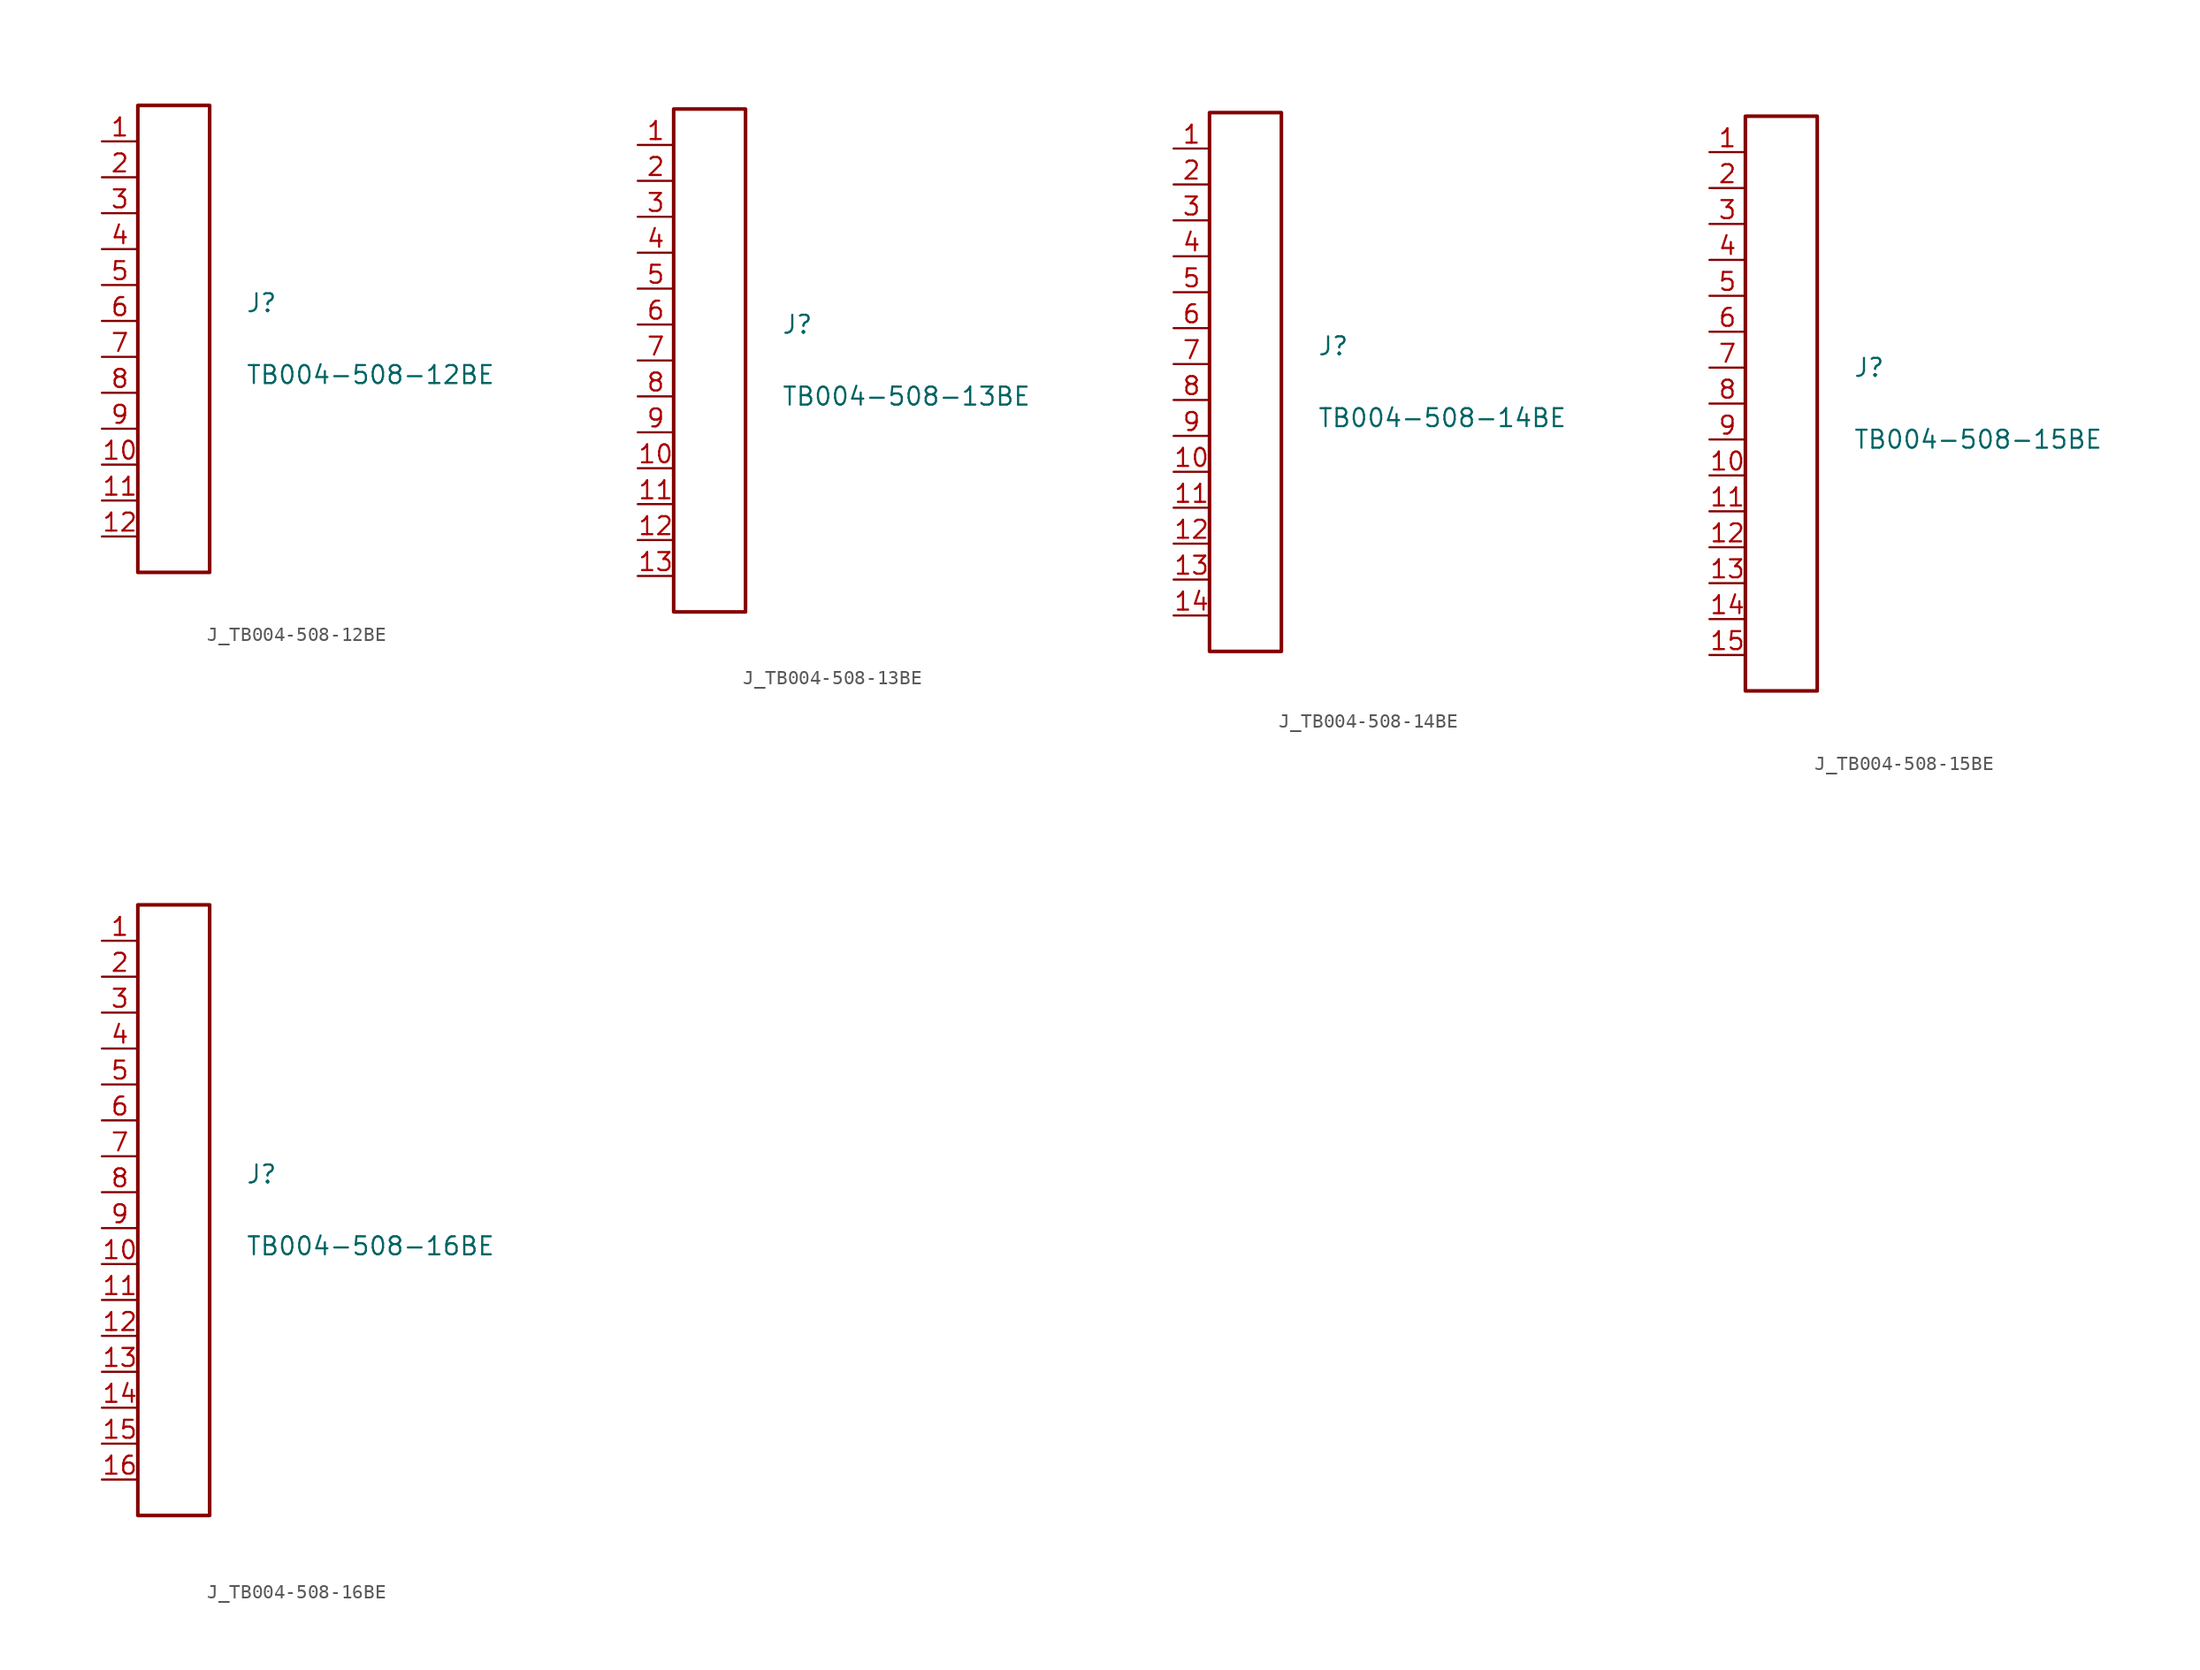
<source format=kicad_sym>
(kicad_symbol_lib
  (version 20231120)
  (generator kicad_symbol_editor)
  (generator_version 8.0)
  (symbol "J_TB004-508-12BE"
    (pin_names
      (offset 0.254))
    (property "Reference" "J"
      (at 5.08 2.54 0)
      (effects (font (size 1.27 1.27)) (justify left)))
    (property "Value" "TB004-508-12BE"
      (at 5.08 -2.54 0)
      (effects (font (size 1.27 1.27)) (justify left)))
    (symbol "J_TB004-508-12BE_0_0"
      (pin unspecified line (at -5.08 13.97 0) (length 2.54) (name "" (effects (font (size 1.27 1.27)))) (number "1" (effects (font (size 1.27 1.27)))))
      (pin unspecified line (at -5.08 11.43 0) (length 2.54) (name "" (effects (font (size 1.27 1.27)))) (number "2" (effects (font (size 1.27 1.27)))))
      (pin unspecified line (at -5.08 8.89 0) (length 2.54) (name "" (effects (font (size 1.27 1.27)))) (number "3" (effects (font (size 1.27 1.27)))))
      (pin unspecified line (at -5.08 6.35 0) (length 2.54) (name "" (effects (font (size 1.27 1.27)))) (number "4" (effects (font (size 1.27 1.27)))))
      (pin unspecified line (at -5.08 3.81 0) (length 2.54) (name "" (effects (font (size 1.27 1.27)))) (number "5" (effects (font (size 1.27 1.27)))))
      (pin unspecified line (at -5.08 1.27 0) (length 2.54) (name "" (effects (font (size 1.27 1.27)))) (number "6" (effects (font (size 1.27 1.27)))))
      (pin unspecified line (at -5.08 -1.27 0) (length 2.54) (name "" (effects (font (size 1.27 1.27)))) (number "7" (effects (font (size 1.27 1.27)))))
      (pin unspecified line (at -5.08 -3.81 0) (length 2.54) (name "" (effects (font (size 1.27 1.27)))) (number "8" (effects (font (size 1.27 1.27)))))
      (pin unspecified line (at -5.08 -6.35 0) (length 2.54) (name "" (effects (font (size 1.27 1.27)))) (number "9" (effects (font (size 1.27 1.27)))))
      (pin unspecified line (at -5.08 -8.89 0) (length 2.54) (name "" (effects (font (size 1.27 1.27)))) (number "10" (effects (font (size 1.27 1.27)))))
      (pin unspecified line (at -5.08 -11.43 0) (length 2.54) (name "" (effects (font (size 1.27 1.27)))) (number "11" (effects (font (size 1.27 1.27)))))
      (pin unspecified line (at -5.08 -13.97 0) (length 2.54) (name "" (effects (font (size 1.27 1.27)))) (number "12" (effects (font (size 1.27 1.27))))))
    (symbol "J_TB004-508-12BE_1_0"
      (rectangle (start -2.54 16.51) (end 2.54 -16.51) (stroke (width 0.254) (type solid)) (fill (type none)))))
  (symbol "J_TB004-508-13BE"
    (pin_names
      (offset 0.254))
    (property "Reference" "J"
      (at 5.08 2.54 0)
      (effects (font (size 1.27 1.27)) (justify left)))
    (property "Value" "TB004-508-13BE"
      (at 5.08 -2.54 0)
      (effects (font (size 1.27 1.27)) (justify left)))
    (symbol "J_TB004-508-13BE_0_0"
      (pin unspecified line (at -5.08 15.24 0) (length 2.54) (name "" (effects (font (size 1.27 1.27)))) (number "1" (effects (font (size 1.27 1.27)))))
      (pin unspecified line (at -5.08 12.7 0) (length 2.54) (name "" (effects (font (size 1.27 1.27)))) (number "2" (effects (font (size 1.27 1.27)))))
      (pin unspecified line (at -5.08 10.16 0) (length 2.54) (name "" (effects (font (size 1.27 1.27)))) (number "3" (effects (font (size 1.27 1.27)))))
      (pin unspecified line (at -5.08 7.62 0) (length 2.54) (name "" (effects (font (size 1.27 1.27)))) (number "4" (effects (font (size 1.27 1.27)))))
      (pin unspecified line (at -5.08 5.08 0) (length 2.54) (name "" (effects (font (size 1.27 1.27)))) (number "5" (effects (font (size 1.27 1.27)))))
      (pin unspecified line (at -5.08 2.54 0) (length 2.54) (name "" (effects (font (size 1.27 1.27)))) (number "6" (effects (font (size 1.27 1.27)))))
      (pin unspecified line (at -5.08 0.0 0) (length 2.54) (name "" (effects (font (size 1.27 1.27)))) (number "7" (effects (font (size 1.27 1.27)))))
      (pin unspecified line (at -5.08 -2.54 0) (length 2.54) (name "" (effects (font (size 1.27 1.27)))) (number "8" (effects (font (size 1.27 1.27)))))
      (pin unspecified line (at -5.08 -5.08 0) (length 2.54) (name "" (effects (font (size 1.27 1.27)))) (number "9" (effects (font (size 1.27 1.27)))))
      (pin unspecified line (at -5.08 -7.62 0) (length 2.54) (name "" (effects (font (size 1.27 1.27)))) (number "10" (effects (font (size 1.27 1.27)))))
      (pin unspecified line (at -5.08 -10.16 0) (length 2.54) (name "" (effects (font (size 1.27 1.27)))) (number "11" (effects (font (size 1.27 1.27)))))
      (pin unspecified line (at -5.08 -12.7 0) (length 2.54) (name "" (effects (font (size 1.27 1.27)))) (number "12" (effects (font (size 1.27 1.27)))))
      (pin unspecified line (at -5.08 -15.24 0) (length 2.54) (name "" (effects (font (size 1.27 1.27)))) (number "13" (effects (font (size 1.27 1.27))))))
    (symbol "J_TB004-508-13BE_1_0"
      (rectangle (start -2.54 17.78) (end 2.54 -17.78) (stroke (width 0.254) (type solid)) (fill (type none)))))
  (symbol "J_TB004-508-14BE"
    (pin_names
      (offset 0.254))
    (property "Reference" "J"
      (at 5.08 2.54 0)
      (effects (font (size 1.27 1.27)) (justify left)))
    (property "Value" "TB004-508-14BE"
      (at 5.08 -2.54 0)
      (effects (font (size 1.27 1.27)) (justify left)))
    (symbol "J_TB004-508-14BE_0_0"
      (pin unspecified line (at -5.08 16.51 0) (length 2.54) (name "" (effects (font (size 1.27 1.27)))) (number "1" (effects (font (size 1.27 1.27)))))
      (pin unspecified line (at -5.08 13.97 0) (length 2.54) (name "" (effects (font (size 1.27 1.27)))) (number "2" (effects (font (size 1.27 1.27)))))
      (pin unspecified line (at -5.08 11.43 0) (length 2.54) (name "" (effects (font (size 1.27 1.27)))) (number "3" (effects (font (size 1.27 1.27)))))
      (pin unspecified line (at -5.08 8.89 0) (length 2.54) (name "" (effects (font (size 1.27 1.27)))) (number "4" (effects (font (size 1.27 1.27)))))
      (pin unspecified line (at -5.08 6.35 0) (length 2.54) (name "" (effects (font (size 1.27 1.27)))) (number "5" (effects (font (size 1.27 1.27)))))
      (pin unspecified line (at -5.08 3.81 0) (length 2.54) (name "" (effects (font (size 1.27 1.27)))) (number "6" (effects (font (size 1.27 1.27)))))
      (pin unspecified line (at -5.08 1.27 0) (length 2.54) (name "" (effects (font (size 1.27 1.27)))) (number "7" (effects (font (size 1.27 1.27)))))
      (pin unspecified line (at -5.08 -1.27 0) (length 2.54) (name "" (effects (font (size 1.27 1.27)))) (number "8" (effects (font (size 1.27 1.27)))))
      (pin unspecified line (at -5.08 -3.81 0) (length 2.54) (name "" (effects (font (size 1.27 1.27)))) (number "9" (effects (font (size 1.27 1.27)))))
      (pin unspecified line (at -5.08 -6.35 0) (length 2.54) (name "" (effects (font (size 1.27 1.27)))) (number "10" (effects (font (size 1.27 1.27)))))
      (pin unspecified line (at -5.08 -8.89 0) (length 2.54) (name "" (effects (font (size 1.27 1.27)))) (number "11" (effects (font (size 1.27 1.27)))))
      (pin unspecified line (at -5.08 -11.43 0) (length 2.54) (name "" (effects (font (size 1.27 1.27)))) (number "12" (effects (font (size 1.27 1.27)))))
      (pin unspecified line (at -5.08 -13.97 0) (length 2.54) (name "" (effects (font (size 1.27 1.27)))) (number "13" (effects (font (size 1.27 1.27)))))
      (pin unspecified line (at -5.08 -16.51 0) (length 2.54) (name "" (effects (font (size 1.27 1.27)))) (number "14" (effects (font (size 1.27 1.27))))))
    (symbol "J_TB004-508-14BE_1_0"
      (rectangle (start -2.54 19.05) (end 2.54 -19.05) (stroke (width 0.254) (type solid)) (fill (type none)))))
  (symbol "J_TB004-508-15BE"
    (pin_names
      (offset 0.254))
    (property "Reference" "J"
      (at 5.08 2.54 0)
      (effects (font (size 1.27 1.27)) (justify left)))
    (property "Value" "TB004-508-15BE"
      (at 5.08 -2.54 0)
      (effects (font (size 1.27 1.27)) (justify left)))
    (symbol "J_TB004-508-15BE_0_0"
      (pin unspecified line (at -5.08 17.78 0) (length 2.54) (name "" (effects (font (size 1.27 1.27)))) (number "1" (effects (font (size 1.27 1.27)))))
      (pin unspecified line (at -5.08 15.24 0) (length 2.54) (name "" (effects (font (size 1.27 1.27)))) (number "2" (effects (font (size 1.27 1.27)))))
      (pin unspecified line (at -5.08 12.7 0) (length 2.54) (name "" (effects (font (size 1.27 1.27)))) (number "3" (effects (font (size 1.27 1.27)))))
      (pin unspecified line (at -5.08 10.16 0) (length 2.54) (name "" (effects (font (size 1.27 1.27)))) (number "4" (effects (font (size 1.27 1.27)))))
      (pin unspecified line (at -5.08 7.62 0) (length 2.54) (name "" (effects (font (size 1.27 1.27)))) (number "5" (effects (font (size 1.27 1.27)))))
      (pin unspecified line (at -5.08 5.08 0) (length 2.54) (name "" (effects (font (size 1.27 1.27)))) (number "6" (effects (font (size 1.27 1.27)))))
      (pin unspecified line (at -5.08 2.54 0) (length 2.54) (name "" (effects (font (size 1.27 1.27)))) (number "7" (effects (font (size 1.27 1.27)))))
      (pin unspecified line (at -5.08 0.0 0) (length 2.54) (name "" (effects (font (size 1.27 1.27)))) (number "8" (effects (font (size 1.27 1.27)))))
      (pin unspecified line (at -5.08 -2.54 0) (length 2.54) (name "" (effects (font (size 1.27 1.27)))) (number "9" (effects (font (size 1.27 1.27)))))
      (pin unspecified line (at -5.08 -5.08 0) (length 2.54) (name "" (effects (font (size 1.27 1.27)))) (number "10" (effects (font (size 1.27 1.27)))))
      (pin unspecified line (at -5.08 -7.62 0) (length 2.54) (name "" (effects (font (size 1.27 1.27)))) (number "11" (effects (font (size 1.27 1.27)))))
      (pin unspecified line (at -5.08 -10.16 0) (length 2.54) (name "" (effects (font (size 1.27 1.27)))) (number "12" (effects (font (size 1.27 1.27)))))
      (pin unspecified line (at -5.08 -12.7 0) (length 2.54) (name "" (effects (font (size 1.27 1.27)))) (number "13" (effects (font (size 1.27 1.27)))))
      (pin unspecified line (at -5.08 -15.24 0) (length 2.54) (name "" (effects (font (size 1.27 1.27)))) (number "14" (effects (font (size 1.27 1.27)))))
      (pin unspecified line (at -5.08 -17.78 0) (length 2.54) (name "" (effects (font (size 1.27 1.27)))) (number "15" (effects (font (size 1.27 1.27))))))
    (symbol "J_TB004-508-15BE_1_0"
      (rectangle (start -2.54 20.32) (end 2.54 -20.32) (stroke (width 0.254) (type solid)) (fill (type none)))))
  (symbol "J_TB004-508-16BE"
    (pin_names
      (offset 0.254))
    (property "Reference" "J"
      (at 5.08 2.54 0)
      (effects (font (size 1.27 1.27)) (justify left)))
    (property "Value" "TB004-508-16BE"
      (at 5.08 -2.54 0)
      (effects (font (size 1.27 1.27)) (justify left)))
    (symbol "J_TB004-508-16BE_0_0"
      (pin unspecified line (at -5.08 19.05 0) (length 2.54) (name "" (effects (font (size 1.27 1.27)))) (number "1" (effects (font (size 1.27 1.27)))))
      (pin unspecified line (at -5.08 16.51 0) (length 2.54) (name "" (effects (font (size 1.27 1.27)))) (number "2" (effects (font (size 1.27 1.27)))))
      (pin unspecified line (at -5.08 13.97 0) (length 2.54) (name "" (effects (font (size 1.27 1.27)))) (number "3" (effects (font (size 1.27 1.27)))))
      (pin unspecified line (at -5.08 11.43 0) (length 2.54) (name "" (effects (font (size 1.27 1.27)))) (number "4" (effects (font (size 1.27 1.27)))))
      (pin unspecified line (at -5.08 8.89 0) (length 2.54) (name "" (effects (font (size 1.27 1.27)))) (number "5" (effects (font (size 1.27 1.27)))))
      (pin unspecified line (at -5.08 6.35 0) (length 2.54) (name "" (effects (font (size 1.27 1.27)))) (number "6" (effects (font (size 1.27 1.27)))))
      (pin unspecified line (at -5.08 3.81 0) (length 2.54) (name "" (effects (font (size 1.27 1.27)))) (number "7" (effects (font (size 1.27 1.27)))))
      (pin unspecified line (at -5.08 1.27 0) (length 2.54) (name "" (effects (font (size 1.27 1.27)))) (number "8" (effects (font (size 1.27 1.27)))))
      (pin unspecified line (at -5.08 -1.27 0) (length 2.54) (name "" (effects (font (size 1.27 1.27)))) (number "9" (effects (font (size 1.27 1.27)))))
      (pin unspecified line (at -5.08 -3.81 0) (length 2.54) (name "" (effects (font (size 1.27 1.27)))) (number "10" (effects (font (size 1.27 1.27)))))
      (pin unspecified line (at -5.08 -6.35 0) (length 2.54) (name "" (effects (font (size 1.27 1.27)))) (number "11" (effects (font (size 1.27 1.27)))))
      (pin unspecified line (at -5.08 -8.89 0) (length 2.54) (name "" (effects (font (size 1.27 1.27)))) (number "12" (effects (font (size 1.27 1.27)))))
      (pin unspecified line (at -5.08 -11.43 0) (length 2.54) (name "" (effects (font (size 1.27 1.27)))) (number "13" (effects (font (size 1.27 1.27)))))
      (pin unspecified line (at -5.08 -13.97 0) (length 2.54) (name "" (effects (font (size 1.27 1.27)))) (number "14" (effects (font (size 1.27 1.27)))))
      (pin unspecified line (at -5.08 -16.51 0) (length 2.54) (name "" (effects (font (size 1.27 1.27)))) (number "15" (effects (font (size 1.27 1.27)))))
      (pin unspecified line (at -5.08 -19.05 0) (length 2.54) (name "" (effects (font (size 1.27 1.27)))) (number "16" (effects (font (size 1.27 1.27))))))
    (symbol "J_TB004-508-16BE_1_0"
      (rectangle (start -2.54 21.59) (end 2.54 -21.59) (stroke (width 0.254) (type solid)) (fill (type none))))))
</source>
